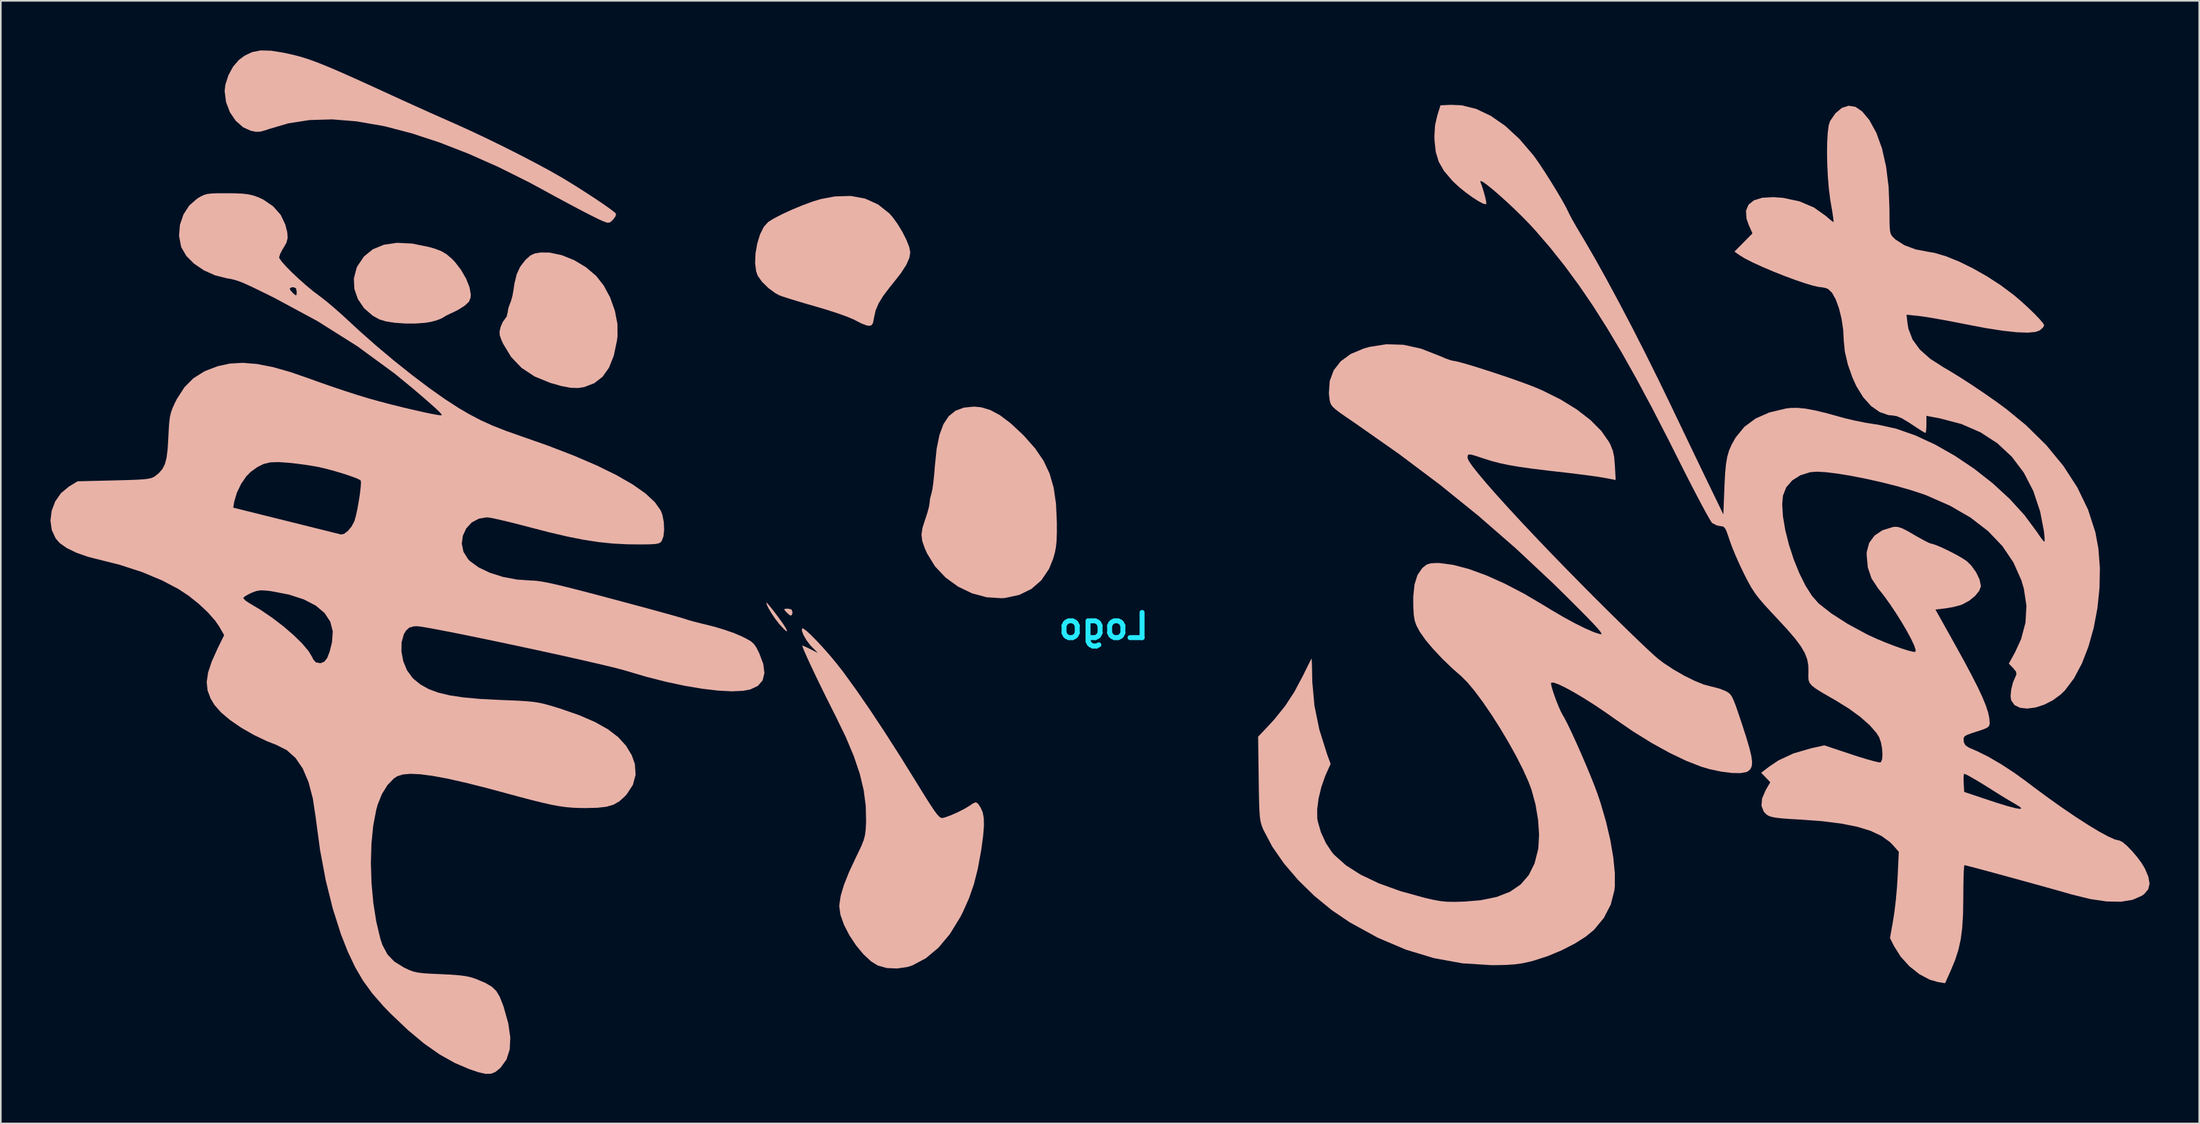
<source format=kicad_pcb>
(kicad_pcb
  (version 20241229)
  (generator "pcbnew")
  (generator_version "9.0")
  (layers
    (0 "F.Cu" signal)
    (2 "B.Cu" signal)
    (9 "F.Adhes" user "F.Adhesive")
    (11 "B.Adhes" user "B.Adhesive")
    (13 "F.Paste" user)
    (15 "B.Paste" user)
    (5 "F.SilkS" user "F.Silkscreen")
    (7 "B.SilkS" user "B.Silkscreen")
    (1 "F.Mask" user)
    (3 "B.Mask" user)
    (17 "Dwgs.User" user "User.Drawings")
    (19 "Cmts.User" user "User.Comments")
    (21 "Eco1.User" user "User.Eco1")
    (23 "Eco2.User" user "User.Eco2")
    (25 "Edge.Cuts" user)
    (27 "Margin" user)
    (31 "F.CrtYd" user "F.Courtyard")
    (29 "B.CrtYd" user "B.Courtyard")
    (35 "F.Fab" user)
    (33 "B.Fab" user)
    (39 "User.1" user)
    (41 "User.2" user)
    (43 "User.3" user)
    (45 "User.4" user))
  (footprint "Logo"
    (layer "F.Cu")
    (at 63.668 34.834)
    (property "Reference" "Logo" (at 0 0 0) (layer "B.CrtYd") (effects (font (size 1.524 1.524) (thickness 0.3)) (justify mirror)))
    (attr board_only exclude_from_pos_files exclude_from_bom)
    (fp_poly (pts (xy -19.287 -1.052) (xy -19.295 -0.983) (xy -19.183 -0.85) (xy -19.01 -0.692) (xy -18.901 -0.638) (xy -18.828 -0.727) (xy -18.811 -0.85) (xy -18.869 -1.013) (xy -19.075 -1.063) (xy -19.093 -1.063)) (stroke (width 0) (type solid)) (fill yes) (layer "B.SilkS"))
    (fp_poly (pts (xy -20.37 -1.317) (xy -20.257 -1.082) (xy -20.076 -0.777) (xy -19.858 -0.454) (xy -19.633 -0.161) (xy -19.609 -0.133) (xy -19.334 0.169) (xy -19.177 0.306) (xy -19.134 0.289) (xy -19.206 0.131) (xy -19.388 -0.157) (xy -19.68 -0.565) (xy -19.686 -0.572) (xy -19.962 -0.936) (xy -20.19 -1.222) (xy -20.34 -1.396) (xy -20.386 -1.433)) (stroke (width 0) (type solid)) (fill yes) (layer "B.SilkS"))
    (fp_poly (pts (xy -43.51 -23.079) (xy -44.178 -22.804) (xy -44.713 -22.372) (xy -45.109 -21.785) (xy -45.164 -21.665) (xy -45.326 -21.036) (xy -45.295 -20.4) (xy -45.085 -19.791) (xy -44.712 -19.242) (xy -44.191 -18.788) (xy -43.786 -18.562) (xy -43.389 -18.441) (xy -42.846 -18.357) (xy -42.224 -18.313) (xy -41.585 -18.312) (xy -40.994 -18.357) (xy -40.638 -18.419) (xy -40.298 -18.514) (xy -40.033 -18.617) (xy -39.947 -18.667) (xy -39.759 -18.784) (xy -39.47 -18.924) (xy -39.381 -18.962) (xy -39.009 -19.148) (xy -38.65 -19.375) (xy -38.611 -19.404) (xy -38.371 -19.628) (xy -38.273 -19.867) (xy -38.259 -20.075) (xy -38.335 -20.514) (xy -38.542 -21.028) (xy -38.846 -21.556) (xy -39.215 -22.037) (xy -39.406 -22.234) (xy -39.717 -22.498) (xy -40.027 -22.685) (xy -40.412 -22.834) (xy -40.781 -22.941) (xy -41.805 -23.15) (xy -42.717 -23.195)) (stroke (width 0) (type solid)) (fill yes) (layer "B.SilkS"))
    (fp_poly (pts (xy -34.393 -22.552) (xy -34.654 -22.43) (xy -34.919 -22.192) (xy -34.976 -22.133) (xy -35.274 -21.746) (xy -35.48 -21.299) (xy -35.619 -20.734) (xy -35.674 -20.352) (xy -35.742 -19.974) (xy -35.839 -19.638) (xy -35.883 -19.534) (xy -35.991 -19.232) (xy -36.028 -18.989) (xy -36.09 -18.733) (xy -36.187 -18.599) (xy -36.321 -18.413) (xy -36.446 -18.127) (xy -36.464 -18.072) (xy -36.52 -17.821) (xy -36.506 -17.596) (xy -36.407 -17.316) (xy -36.308 -17.098) (xy -35.822 -16.292) (xy -35.192 -15.633) (xy -34.409 -15.113) (xy -33.462 -14.724) (xy -33.45 -14.72) (xy -32.763 -14.525) (xy -32.218 -14.424) (xy -31.765 -14.41) (xy -31.414 -14.464) (xy -30.796 -14.7) (xy -30.294 -15.089) (xy -29.902 -15.64) (xy -29.614 -16.362) (xy -29.424 -17.265) (xy -29.388 -17.547) (xy -29.393 -18.292) (xy -29.55 -19.095) (xy -29.835 -19.893) (xy -30.228 -20.622) (xy -30.679 -21.193) (xy -31.303 -21.723) (xy -32.017 -22.15) (xy -32.77 -22.451) (xy -33.509 -22.605) (xy -34.036 -22.61)) (stroke (width 0) (type solid)) (fill yes) (layer "B.SilkS"))
    (fp_poly (pts (xy -8.45 -13.225) (xy -8.957 -13.036) (xy -9.366 -12.706) (xy -9.686 -12.223) (xy -9.926 -11.572) (xy -10.095 -10.741) (xy -10.2 -9.722) (xy -10.245 -9.174) (xy -10.298 -8.679) (xy -10.353 -8.288) (xy -10.404 -8.054) (xy -10.408 -8.041) (xy -10.494 -7.722) (xy -10.521 -7.472) (xy -10.557 -7.239) (xy -10.651 -6.883) (xy -10.783 -6.476) (xy -10.796 -6.443) (xy -10.954 -5.945) (xy -11.012 -5.54) (xy -10.967 -5.154) (xy -10.812 -4.71) (xy -10.67 -4.395) (xy -10.194 -3.62) (xy -9.559 -2.947) (xy -8.804 -2.398) (xy -7.963 -1.992) (xy -7.073 -1.751) (xy -6.169 -1.695) (xy -5.947 -1.711) (xy -5.097 -1.897) (xy -4.366 -2.256) (xy -3.766 -2.78) (xy -3.304 -3.463) (xy -3.055 -4.077) (xy -2.952 -4.436) (xy -2.885 -4.779) (xy -2.846 -5.163) (xy -2.829 -5.645) (xy -2.829 -6.27) (xy -2.88 -7.404) (xy -3.021 -8.379) (xy -3.268 -9.236) (xy -3.636 -10.015) (xy -4.142 -10.758) (xy -4.802 -11.504) (xy -4.924 -11.628) (xy -5.631 -12.285) (xy -6.267 -12.765) (xy -6.856 -13.082) (xy -7.422 -13.249) (xy -7.839 -13.285)) (stroke (width 0) (type solid)) (fill yes) (layer "B.SilkS"))
    (fp_poly (pts (xy -16.249 -26.002) (xy -17.099 -25.841) (xy -17.607 -25.687) (xy -18.206 -25.465) (xy -18.837 -25.203) (xy -19.438 -24.927) (xy -19.949 -24.662) (xy -20.278 -24.458) (xy -20.547 -24.158) (xy -20.772 -23.704) (xy -20.941 -23.152) (xy -21.045 -22.56) (xy -21.071 -21.982) (xy -21.01 -21.476) (xy -20.907 -21.191) (xy -20.646 -20.828) (xy -20.265 -20.456) (xy -19.841 -20.144) (xy -19.622 -20.026) (xy -19.414 -19.949) (xy -19.041 -19.827) (xy -18.543 -19.674) (xy -17.959 -19.5) (xy -17.402 -19.34) (xy -16.689 -19.128) (xy -16.042 -18.917) (xy -15.503 -18.722) (xy -15.109 -18.557) (xy -14.98 -18.489) (xy -14.643 -18.315) (xy -14.342 -18.2) (xy -14.198 -18.173) (xy -14.04 -18.203) (xy -13.949 -18.33) (xy -13.892 -18.608) (xy -13.885 -18.652) (xy -13.789 -19.089) (xy -13.609 -19.522) (xy -13.321 -19.991) (xy -12.902 -20.543) (xy -12.753 -20.724) (xy -12.266 -21.344) (xy -11.934 -21.854) (xy -11.747 -22.277) (xy -11.69 -22.618) (xy -11.753 -22.94) (xy -11.921 -23.37) (xy -12.165 -23.853) (xy -12.455 -24.333) (xy -12.762 -24.756) (xy -12.959 -24.978) (xy -13.641 -25.518) (xy -14.416 -25.869) (xy -15.285 -26.03)) (stroke (width 0) (type solid)) (fill yes) (layer "B.SilkS"))
    (fp_poly (pts (xy -51.476 -34.733) (xy -51.94 -34.511) (xy -52.282 -34.254) (xy -52.629 -33.851) (xy -52.913 -33.324) (xy -53.094 -32.761) (xy -53.138 -32.376) (xy -53.054 -31.711) (xy -52.821 -31.096) (xy -52.465 -30.572) (xy -52.013 -30.179) (xy -51.553 -29.972) (xy -51.253 -29.91) (xy -50.992 -29.918) (xy -50.673 -30.004) (xy -50.494 -30.067) (xy -49.28 -30.424) (xy -48 -30.622) (xy -46.635 -30.662) (xy -45.167 -30.543) (xy -43.577 -30.267) (xy -43.383 -30.225) (xy -41.812 -29.813) (xy -40.131 -29.259) (xy -38.373 -28.574) (xy -36.572 -27.773) (xy -34.76 -26.868) (xy -34.008 -26.463) (xy -33.162 -26) (xy -32.371 -25.574) (xy -31.661 -25.198) (xy -31.058 -24.885) (xy -30.587 -24.65) (xy -30.276 -24.506) (xy -30.272 -24.505) (xy -30.015 -24.411) (xy -29.857 -24.422) (xy -29.701 -24.551) (xy -29.654 -24.6) (xy -29.508 -24.801) (xy -29.475 -24.947) (xy -29.479 -24.954) (xy -29.605 -25.073) (xy -29.882 -25.281) (xy -30.279 -25.56) (xy -30.764 -25.887) (xy -31.307 -26.242) (xy -31.876 -26.604) (xy -32.442 -26.954) (xy -32.716 -27.119) (xy -33.447 -27.538) (xy -34.33 -28.015) (xy -35.317 -28.529) (xy -36.364 -29.056) (xy -37.425 -29.573) (xy -38.455 -30.057) (xy -39.407 -30.486) (xy -39.428 -30.495) (xy -40.039 -30.764) (xy -40.776 -31.093) (xy -41.574 -31.452) (xy -42.368 -31.813) (xy -42.989 -32.097) (xy -44.115 -32.614) (xy -45.071 -33.049) (xy -45.878 -33.41) (xy -46.559 -33.707) (xy -47.135 -33.948) (xy -47.629 -34.142) (xy -48.061 -34.298) (xy -48.455 -34.423) (xy -48.832 -34.527) (xy -49.214 -34.618) (xy -49.571 -34.694) (xy -50.335 -34.818) (xy -50.956 -34.834)) (stroke (width 0) (type solid)) (fill yes) (layer "B.SilkS"))
    (fp_poly (pts (xy -18.242 0.275) (xy -18.146 0.53) (xy -17.972 0.835) (xy -17.748 1.134) (xy -17.631 1.261) (xy -17.27 1.618) (xy -17.717 1.394) (xy -17.991 1.261) (xy -18.176 1.18) (xy -18.215 1.169) (xy -18.196 1.26) (xy -18.094 1.514) (xy -17.92 1.907) (xy -17.687 2.412) (xy -17.407 3.004) (xy -17.091 3.657) (xy -16.752 4.346) (xy -16.403 5.043) (xy -16.212 5.42) (xy -15.587 6.708) (xy -15.1 7.869) (xy -14.742 8.932) (xy -14.505 9.926) (xy -14.381 10.879) (xy -14.361 11.819) (xy -14.364 11.894) (xy -14.386 12.31) (xy -14.428 12.638) (xy -14.507 12.941) (xy -14.641 13.281) (xy -14.849 13.722) (xy -14.95 13.928) (xy -15.389 14.867) (xy -15.703 15.657) (xy -15.898 16.316) (xy -15.979 16.863) (xy -15.982 16.951) (xy -15.909 17.471) (xy -15.695 18.068) (xy -15.372 18.696) (xy -14.969 19.305) (xy -14.519 19.849) (xy -14.053 20.28) (xy -13.657 20.526) (xy -13.118 20.677) (xy -12.49 20.706) (xy -11.861 20.614) (xy -11.568 20.521) (xy -10.75 20.087) (xy -9.99 19.452) (xy -9.294 18.62) (xy -8.664 17.592) (xy -8.5 17.27) (xy -8.133 16.443) (xy -7.842 15.6) (xy -7.608 14.678) (xy -7.414 13.616) (xy -7.387 13.444) (xy -7.284 12.671) (xy -7.237 12.07) (xy -7.246 11.609) (xy -7.312 11.256) (xy -7.436 10.977) (xy -7.438 10.973) (xy -7.599 10.728) (xy -7.729 10.649) (xy -7.902 10.72) (xy -8.082 10.844) (xy -8.394 11.035) (xy -8.796 11.24) (xy -9.214 11.427) (xy -9.574 11.56) (xy -9.745 11.603) (xy -9.831 11.592) (xy -9.935 11.524) (xy -10.071 11.377) (xy -10.252 11.132) (xy -10.494 10.769) (xy -10.811 10.269) (xy -11.218 9.61) (xy -11.347 9.401) (xy -12.304 7.859) (xy -13.231 6.41) (xy -14.113 5.077) (xy -14.934 3.885) (xy -15.678 2.855) (xy -15.786 2.71) (xy -16.155 2.24) (xy -16.554 1.76) (xy -16.961 1.298) (xy -17.35 0.878) (xy -17.697 0.527) (xy -17.976 0.271) (xy -18.165 0.136) (xy -18.23 0.127)) (stroke (width 0) (type solid)) (fill yes) (layer "B.SilkS"))
    (fp_poly (pts (xy 16.069 -16.898) (xy 15.72 -16.799) (xy 14.938 -16.471) (xy 14.332 -16.03) (xy 13.907 -15.483) (xy 13.667 -14.837) (xy 13.616 -14.096) (xy 13.65 -13.77) (xy 13.681 -13.59) (xy 13.73 -13.443) (xy 13.824 -13.302) (xy 13.988 -13.144) (xy 14.248 -12.942) (xy 14.631 -12.672) (xy 15.163 -12.309) (xy 15.187 -12.293) (xy 17.832 -10.437) (xy 20.309 -8.576) (xy 22.657 -6.677) (xy 24.919 -4.706) (xy 27.135 -2.628) (xy 27.951 -1.827) (xy 28.622 -1.157) (xy 29.153 -0.622) (xy 29.553 -0.208) (xy 29.834 0.096) (xy 30.009 0.304) (xy 30.088 0.429) (xy 30.083 0.483) (xy 30.023 0.483) (xy 29.645 0.363) (xy 29.124 0.138) (xy 28.495 -0.174) (xy 27.79 -0.558) (xy 27.042 -0.997) (xy 26.675 -1.223) (xy 25.443 -1.952) (xy 24.252 -2.574) (xy 23.123 -3.08) (xy 22.075 -3.463) (xy 21.131 -3.712) (xy 20.311 -3.822) (xy 20.134 -3.826) (xy 19.77 -3.807) (xy 19.524 -3.728) (xy 19.302 -3.555) (xy 19.252 -3.506) (xy 18.97 -3.095) (xy 18.792 -2.524) (xy 18.715 -1.782) (xy 18.719 -1.161) (xy 18.748 -0.687) (xy 18.802 -0.345) (xy 18.902 -0.056) (xy 19.069 0.26) (xy 19.13 0.363) (xy 19.454 0.825) (xy 19.911 1.37) (xy 20.462 1.956) (xy 21.067 2.541) (xy 21.595 3.004) (xy 21.982 3.386) (xy 22.434 3.929) (xy 22.931 4.598) (xy 23.452 5.361) (xy 23.975 6.184) (xy 24.48 7.033) (xy 24.946 7.874) (xy 25.353 8.674) (xy 25.679 9.399) (xy 25.863 9.888) (xy 26.107 10.785) (xy 26.262 11.715) (xy 26.322 12.609) (xy 26.279 13.401) (xy 26.263 13.508) (xy 26.048 14.352) (xy 25.699 15.055) (xy 25.208 15.622) (xy 24.566 16.061) (xy 23.765 16.376) (xy 22.795 16.575) (xy 21.84 16.656) (xy 21.241 16.675) (xy 20.773 16.668) (xy 20.355 16.627) (xy 19.905 16.545) (xy 19.413 16.432) (xy 17.931 16.022) (xy 16.639 15.555) (xy 15.54 15.032) (xy 14.638 14.457) (xy 13.938 13.83) (xy 13.798 13.669) (xy 13.433 13.117) (xy 13.132 12.458) (xy 12.942 11.798) (xy 12.915 11.635) (xy 12.907 11.081) (xy 12.994 10.417) (xy 13.164 9.713) (xy 13.402 9.042) (xy 13.444 8.946) (xy 13.721 8.328) (xy 13.51 7.751) (xy 13.04 6.258) (xy 12.744 4.815) (xy 12.613 3.37) (xy 12.605 3.012) (xy 12.598 2.566) (xy 12.587 2.215) (xy 12.575 2.002) (xy 12.566 1.959) (xy 12.511 2.06) (xy 12.384 2.31) (xy 12.207 2.669) (xy 12.064 2.961) (xy 11.533 3.961) (xy 10.971 4.824) (xy 10.325 5.626) (xy 10.027 5.953) (xy 9.338 6.683) (xy 9.372 9.213) (xy 9.384 10.018) (xy 9.397 10.641) (xy 9.414 11.114) (xy 9.438 11.469) (xy 9.472 11.738) (xy 9.52 11.951) (xy 9.583 12.14) (xy 9.662 12.328) (xy 10.193 13.333) (xy 10.901 14.353) (xy 11.756 15.354) (xy 12.729 16.306) (xy 13.788 17.175) (xy 14.879 17.915) (xy 16.574 18.845) (xy 18.267 19.565) (xy 19.966 20.08) (xy 21.683 20.392) (xy 23.427 20.503) (xy 23.63 20.504) (xy 24.305 20.491) (xy 24.838 20.457) (xy 25.3 20.394) (xy 25.764 20.293) (xy 25.985 20.235) (xy 26.845 19.957) (xy 27.695 19.602) (xy 28.482 19.198) (xy 29.157 18.769) (xy 29.642 18.368) (xy 30.24 17.644) (xy 30.656 16.837) (xy 30.877 15.974) (xy 30.901 15.739) (xy 30.902 14.935) (xy 30.809 13.986) (xy 30.628 12.933) (xy 30.368 11.817) (xy 30.036 10.68) (xy 29.853 10.134) (xy 29.668 9.639) (xy 29.431 9.045) (xy 29.159 8.391) (xy 28.869 7.715) (xy 28.577 7.056) (xy 28.301 6.453) (xy 28.058 5.944) (xy 27.864 5.567) (xy 27.77 5.407) (xy 27.643 5.172) (xy 27.493 4.833) (xy 27.339 4.443) (xy 27.2 4.053) (xy 27.096 3.717) (xy 27.044 3.487) (xy 27.05 3.417) (xy 27.198 3.409) (xy 27.495 3.513) (xy 27.916 3.715) (xy 28.438 4.001) (xy 29.037 4.358) (xy 29.689 4.772) (xy 30.37 5.231) (xy 30.879 5.591) (xy 32.006 6.366) (xy 33.124 7.06) (xy 34.203 7.656) (xy 35.212 8.141) (xy 36.124 8.497) (xy 36.645 8.651) (xy 37.348 8.799) (xy 37.975 8.878) (xy 38.489 8.887) (xy 38.856 8.822) (xy 38.955 8.774) (xy 39.097 8.647) (xy 39.179 8.47) (xy 39.201 8.218) (xy 39.157 7.868) (xy 39.046 7.394) (xy 38.863 6.772) (xy 38.607 5.977) (xy 38.605 5.97) (xy 38.387 5.316) (xy 38.221 4.834) (xy 38.09 4.494) (xy 37.981 4.264) (xy 37.878 4.115) (xy 37.767 4.017) (xy 37.633 3.939) (xy 37.605 3.924) (xy 37.234 3.776) (xy 36.822 3.666) (xy 36.755 3.655) (xy 36.295 3.532) (xy 35.723 3.301) (xy 35.09 2.987) (xy 34.447 2.617) (xy 33.845 2.219) (xy 33.527 1.978) (xy 33.279 1.763) (xy 32.901 1.414) (xy 32.412 0.951) (xy 31.832 0.392) (xy 31.179 -0.246) (xy 30.474 -0.942) (xy 29.733 -1.679) (xy 29.062 -2.354) (xy 28.019 -3.414) (xy 27.026 -4.437) (xy 26.093 -5.413) (xy 25.23 -6.33) (xy 24.448 -7.177) (xy 23.756 -7.943) (xy 23.164 -8.616) (xy 22.683 -9.186) (xy 22.322 -9.642) (xy 22.092 -9.971) (xy 22.002 -10.165) (xy 22.001 -10.176) (xy 22.007 -10.312) (xy 22.052 -10.384) (xy 22.174 -10.39) (xy 22.411 -10.33) (xy 22.8 -10.202) (xy 22.952 -10.151) (xy 23.432 -9.999) (xy 23.935 -9.867) (xy 24.495 -9.749) (xy 25.147 -9.638) (xy 25.923 -9.529) (xy 26.86 -9.414) (xy 27.419 -9.351) (xy 28.118 -9.271) (xy 28.798 -9.187) (xy 29.411 -9.107) (xy 29.906 -9.037) (xy 30.222 -8.985) (xy 30.952 -8.849) (xy 30.906 -9.713) (xy 30.863 -10.227) (xy 30.782 -10.617) (xy 30.642 -10.97) (xy 30.554 -11.14) (xy 30.089 -11.809) (xy 29.432 -12.471) (xy 28.604 -13.112) (xy 27.625 -13.716) (xy 26.517 -14.268) (xy 26.12 -14.439) (xy 25.688 -14.608) (xy 25.147 -14.806) (xy 24.532 -15.022) (xy 23.878 -15.244) (xy 23.222 -15.459) (xy 22.6 -15.657) (xy 22.045 -15.827) (xy 21.596 -15.955) (xy 21.286 -16.031) (xy 21.173 -16.048) (xy 20.973 -16.091) (xy 20.652 -16.206) (xy 20.28 -16.366) (xy 19.179 -16.795) (xy 18.124 -17.026) (xy 17.095 -17.059)) (stroke (width 0) (type solid)) (fill yes) (layer "B.SilkS"))
    (fp_poly (pts (xy -53.533 -26.193) (xy -53.917 -26.181) (xy -54.19 -26.148) (xy -54.401 -26.087) (xy -54.602 -25.988) (xy -54.788 -25.877) (xy -55.272 -25.46) (xy -55.628 -24.911) (xy -55.841 -24.28) (xy -55.894 -23.616) (xy -55.772 -22.969) (xy -55.749 -22.907) (xy -55.453 -22.399) (xy -54.986 -21.931) (xy -54.393 -21.53) (xy -53.715 -21.226) (xy -53.001 -21.047) (xy -52.757 -21.006) (xy -52.524 -20.951) (xy -52.272 -20.869) (xy -51.969 -20.747) (xy -51.583 -20.573) (xy -51.084 -20.334) (xy -50.441 -20.017) (xy -50.109 -19.851) (xy -47.528 -18.458) (xy -45.112 -16.935) (xy -42.852 -15.278) (xy -41.767 -14.387) (xy -41.144 -13.854) (xy -40.672 -13.443) (xy -40.338 -13.141) (xy -40.127 -12.936) (xy -40.025 -12.813) (xy -40.02 -12.762) (xy -40.038 -12.758) (xy -40.252 -12.78) (xy -40.633 -12.849) (xy -41.146 -12.957) (xy -41.752 -13.094) (xy -42.414 -13.251) (xy -43.095 -13.421) (xy -43.758 -13.595) (xy -44.366 -13.764) (xy -44.423 -13.78) (xy -45.117 -13.991) (xy -45.927 -14.252) (xy -46.77 -14.536) (xy -47.566 -14.816) (xy -47.899 -14.938) (xy -49.132 -15.368) (xy -50.217 -15.676) (xy -51.177 -15.864) (xy -52.038 -15.935) (xy -52.824 -15.89) (xy -53.56 -15.73) (xy -54.27 -15.459) (xy -54.382 -15.405) (xy -55.028 -15.001) (xy -55.564 -14.462) (xy -56.02 -13.757) (xy -56.152 -13.497) (xy -56.29 -13.191) (xy -56.387 -12.918) (xy -56.452 -12.626) (xy -56.494 -12.259) (xy -56.525 -11.764) (xy -56.541 -11.42) (xy -56.583 -10.721) (xy -56.649 -10.194) (xy -56.752 -9.801) (xy -56.906 -9.501) (xy -57.124 -9.255) (xy -57.317 -9.098) (xy -57.433 -9.022) (xy -57.57 -8.964) (xy -57.761 -8.921) (xy -58.035 -8.889) (xy -58.423 -8.864) (xy -58.956 -8.844) (xy -59.665 -8.825) (xy -59.823 -8.821) (xy -62.029 -8.768) (xy -62.552 -8.448) (xy -63.032 -8.051) (xy -63.382 -7.548) (xy -63.596 -6.98) (xy -63.668 -6.391) (xy -63.589 -5.822) (xy -63.354 -5.314) (xy -63.112 -5.033) (xy -62.677 -4.726) (xy -62.088 -4.441) (xy -61.405 -4.202) (xy -61.003 -4.099) (xy -59.472 -3.713) (xy -58.119 -3.273) (xy -56.914 -2.768) (xy -55.925 -2.247) (xy -55.311 -1.84) (xy -54.703 -1.355) (xy -54.151 -0.836) (xy -53.704 -0.329) (xy -53.462 0.026) (xy -53.168 0.54) (xy -53.57 1.359) (xy -53.923 2.146) (xy -54.14 2.806) (xy -54.222 3.373) (xy -54.171 3.883) (xy -53.989 4.37) (xy -53.753 4.762) (xy -53.365 5.206) (xy -52.812 5.675) (xy -52.133 6.141) (xy -51.37 6.579) (xy -50.563 6.963) (xy -50.013 7.178) (xy -49.383 7.496) (xy -48.852 7.97) (xy -48.416 8.61) (xy -48.069 9.424) (xy -47.808 10.419) (xy -47.628 11.604) (xy -47.625 11.637) (xy -47.369 13.547) (xy -47.026 15.372) (xy -46.602 17.08) (xy -46.106 18.64) (xy -45.689 19.697) (xy -45.248 20.627) (xy -44.77 21.445) (xy -44.214 22.212) (xy -43.536 22.989) (xy -43.099 23.44) (xy -42.056 24.432) (xy -41.078 25.248) (xy -40.14 25.906) (xy -39.216 26.424) (xy -38.337 26.798) (xy -37.776 26.988) (xy -37.359 27.08) (xy -37.04 27.074) (xy -36.772 26.967) (xy -36.509 26.755) (xy -36.453 26.701) (xy -36.1 26.213) (xy -35.906 25.61) (xy -35.869 24.884) (xy -35.99 24.03) (xy -36.268 23.04) (xy -36.32 22.89) (xy -36.507 22.417) (xy -36.713 22.072) (xy -36.982 21.81) (xy -37.362 21.586) (xy -37.9 21.356) (xy -37.924 21.346) (xy -38.225 21.244) (xy -38.559 21.169) (xy -38.972 21.115) (xy -39.512 21.075) (xy -40.072 21.048) (xy -40.686 21.021) (xy -41.135 20.991) (xy -41.468 20.95) (xy -41.733 20.889) (xy -41.976 20.799) (xy -42.247 20.672) (xy -42.304 20.644) (xy -42.88 20.287) (xy -43.297 19.852) (xy -43.597 19.287) (xy -43.724 18.909) (xy -43.972 17.869) (xy -44.151 16.724) (xy -44.26 15.522) (xy -44.297 14.31) (xy -44.262 13.137) (xy -44.154 12.051) (xy -43.971 11.097) (xy -43.886 10.791) (xy -43.628 10.15) (xy -43.292 9.609) (xy -42.909 9.211) (xy -42.703 9.076) (xy -42.37 8.969) (xy -41.908 8.928) (xy -41.307 8.956) (xy -40.556 9.055) (xy -39.645 9.225) (xy -38.564 9.468) (xy -37.301 9.787) (xy -36.4 10.029) (xy -35.414 10.296) (xy -34.603 10.51) (xy -33.933 10.676) (xy -33.376 10.801) (xy -32.9 10.889) (xy -32.474 10.947) (xy -32.069 10.981) (xy -31.652 10.997) (xy -31.298 11) (xy -30.595 10.982) (xy -30.055 10.92) (xy -29.634 10.797) (xy -29.284 10.598) (xy -28.958 10.307) (xy -28.823 10.159) (xy -28.457 9.596) (xy -28.294 8.984) (xy -28.339 8.338) (xy -28.523 7.811) (xy -28.871 7.232) (xy -29.347 6.71) (xy -29.968 6.234) (xy -30.75 5.794) (xy -31.709 5.379) (xy -32.863 4.979) (xy -33.016 4.932) (xy -33.447 4.801) (xy -33.807 4.702) (xy -34.139 4.628) (xy -34.486 4.575) (xy -34.891 4.536) (xy -35.398 4.505) (xy -36.049 4.477) (xy -36.506 4.459) (xy -37.697 4.398) (xy -38.7 4.307) (xy -39.537 4.181) (xy -40.232 4.014) (xy -40.808 3.8) (xy -41.287 3.533) (xy -41.693 3.207) (xy -41.788 3.113) (xy -42.117 2.66) (xy -42.34 2.114) (xy -42.45 1.532) (xy -42.44 0.968) (xy -42.303 0.479) (xy -42.202 0.315) (xy -46.601 0.315) (xy -46.648 0.968) (xy -46.789 1.536) (xy -46.937 1.918) (xy -47.107 2.14) (xy -47.313 2.228) (xy -47.381 2.232) (xy -47.622 2.188) (xy -47.775 2.016) (xy -47.833 1.892) (xy -48.063 1.506) (xy -48.45 1.047) (xy -48.963 0.542) (xy -49.572 0.018) (xy -50.244 -0.499) (xy -50.95 -0.981) (xy -51.619 -1.381) (xy -51.867 -1.543) (xy -51.999 -1.68) (xy -52.004 -1.73) (xy -51.875 -1.831) (xy -51.624 -1.968) (xy -51.499 -2.026) (xy -51.223 -2.13) (xy -50.959 -2.172) (xy -50.626 -2.157) (xy -50.317 -2.119) (xy -49.247 -1.913) (xy -48.351 -1.622) (xy -47.633 -1.25) (xy -47.098 -0.8) (xy -46.753 -0.277) (xy -46.601 0.315) (xy -42.202 0.315) (xy -42.172 0.264) (xy -41.97 0.081) (xy -41.699 0.007) (xy -41.513 0) (xy -41.296 0.023) (xy -40.895 0.088) (xy -40.334 0.19) (xy -39.637 0.324) (xy -38.826 0.485) (xy -37.926 0.669) (xy -36.96 0.869) (xy -35.951 1.081) (xy -34.924 1.301) (xy -33.901 1.522) (xy -32.906 1.74) (xy -31.963 1.951) (xy -31.095 2.148) (xy -30.326 2.327) (xy -29.679 2.482) (xy -29.178 2.61) (xy -28.85 2.703) (xy -27.647 3.059) (xy -26.465 3.36) (xy -25.331 3.603) (xy -24.269 3.782) (xy -23.307 3.895) (xy -22.469 3.938) (xy -21.782 3.906) (xy -21.37 3.828) (xy -20.905 3.611) (xy -20.617 3.279) (xy -20.507 2.835) (xy -20.577 2.281) (xy -20.822 1.629) (xy -20.989 1.296) (xy -21.143 1.07) (xy -21.343 0.899) (xy -21.644 0.729) (xy -21.915 0.596) (xy -22.366 0.407) (xy -22.936 0.209) (xy -23.536 0.029) (xy -23.863 -0.054) (xy -24.359 -0.174) (xy -24.798 -0.287) (xy -25.127 -0.38) (xy -25.274 -0.43) (xy -25.428 -0.479) (xy -25.765 -0.577) (xy -26.26 -0.716) (xy -26.89 -0.89) (xy -27.633 -1.093) (xy -28.465 -1.318) (xy -29.362 -1.559) (xy -29.695 -1.648) (xy -30.796 -1.941) (xy -31.713 -2.18) (xy -32.467 -2.37) (xy -33.078 -2.518) (xy -33.568 -2.626) (xy -33.956 -2.7) (xy -34.264 -2.744) (xy -34.513 -2.763) (xy -34.603 -2.765) (xy -35.472 -2.824) (xy -36.32 -2.985) (xy -37.105 -3.235) (xy -37.781 -3.557) (xy -38.306 -3.938) (xy -38.42 -4.054) (xy -38.7 -4.502) (xy -38.801 -4.989) (xy -38.739 -5.473) (xy -38.534 -5.915) (xy -38.203 -6.274) (xy -37.764 -6.511) (xy -37.282 -6.587) (xy -37.075 -6.56) (xy -36.7 -6.484) (xy -36.193 -6.368) (xy -35.593 -6.22) (xy -34.935 -6.05) (xy -34.781 -6.009) (xy -33.515 -5.681) (xy -32.41 -5.423) (xy -31.428 -5.228) (xy -30.53 -5.09) (xy -29.679 -5.002) (xy -28.837 -4.958) (xy -28.394 -4.951) (xy -27.791 -4.949) (xy -27.364 -4.957) (xy -27.079 -4.977) (xy -26.899 -5.014) (xy -26.79 -5.072) (xy -26.72 -5.148) (xy -26.611 -5.432) (xy -26.569 -5.843) (xy -26.591 -6.304) (xy -26.676 -6.742) (xy -26.775 -7.002) (xy -27.134 -7.509) (xy -27.702 -8.036) (xy -28.478 -8.582) (xy -28.661 -8.687) (xy -44.896 -8.687) (xy -44.915 -8.396) (xy -44.962 -8) (xy -45.031 -7.549) (xy -45.113 -7.095) (xy -45.201 -6.689) (xy -45.287 -6.383) (xy -45.297 -6.353) (xy -45.462 -6.037) (xy -45.688 -5.764) (xy -45.923 -5.586) (xy -46.102 -5.551) (xy -46.248 -5.587) (xy -46.572 -5.668) (xy -47.05 -5.787) (xy -47.653 -5.937) (xy -48.355 -6.112) (xy -49.129 -6.305) (xy -49.452 -6.385) (xy -52.62 -7.173) (xy -52.555 -7.545) (xy -52.402 -8.067) (xy -52.147 -8.599) (xy -51.832 -9.064) (xy -51.565 -9.335) (xy -51.157 -9.629) (xy -50.781 -9.817) (xy -50.379 -9.913) (xy -49.888 -9.931) (xy -49.271 -9.889) (xy -48.701 -9.825) (xy -48.103 -9.742) (xy -47.579 -9.654) (xy -47.416 -9.622) (xy -46.961 -9.514) (xy -46.458 -9.377) (xy -45.957 -9.226) (xy -45.504 -9.076) (xy -45.149 -8.943) (xy -44.94 -8.841) (xy -44.915 -8.822) (xy -44.896 -8.687) (xy -28.661 -8.687) (xy -29.458 -9.145) (xy -30.641 -9.725) (xy -32.025 -10.32) (xy -33.607 -10.93) (xy -35.19 -11.486) (xy -36.142 -11.822) (xy -36.947 -12.139) (xy -37.663 -12.465) (xy -38.351 -12.826) (xy -38.979 -13.193) (xy -39.833 -13.747) (xy -40.795 -14.429) (xy -41.826 -15.209) (xy -42.891 -16.059) (xy -43.952 -16.95) (xy -44.974 -17.852) (xy -45.603 -18.436) (xy -46.072 -18.867) (xy -46.553 -19.291) (xy -46.995 -19.662) (xy -47.346 -19.936) (xy -47.394 -19.97) (xy -47.737 -20.229) (xy -48.781 -20.229) (xy -48.792 -20.035) (xy -48.861 -20.027) (xy -48.993 -20.139) (xy -49.152 -20.313) (xy -49.206 -20.421) (xy -49.117 -20.494) (xy -48.993 -20.511) (xy -48.83 -20.453) (xy -48.781 -20.247) (xy -48.781 -20.229) (xy -47.737 -20.229) (xy -47.787 -20.267) (xy -48.216 -20.623) (xy -48.651 -21.009) (xy -49.061 -21.395) (xy -49.413 -21.751) (xy -49.679 -22.048) (xy -49.825 -22.255) (xy -49.844 -22.315) (xy -49.786 -22.514) (xy -49.643 -22.791) (xy -49.578 -22.892) (xy -49.401 -23.201) (xy -49.327 -23.492) (xy -49.353 -23.837) (xy -49.472 -24.304) (xy -49.472 -24.306) (xy -49.751 -24.889) (xy -50.205 -25.402) (xy -50.798 -25.81) (xy -51.1 -25.95) (xy -51.406 -26.058) (xy -51.712 -26.129) (xy -52.077 -26.171) (xy -52.557 -26.19) (xy -52.987 -26.194)) (stroke (width 0) (type solid)) (fill yes) (layer "B.SilkS"))
    (fp_poly (pts (xy 20.36 -31.511) (xy 20.163 -30.873) (xy 20.033 -30.297) (xy 19.994 -29.659) (xy 20.001 -29.385) (xy 20.077 -28.686) (xy 20.26 -28.091) (xy 20.577 -27.54) (xy 21.057 -26.976) (xy 21.196 -26.835) (xy 21.532 -26.529) (xy 21.913 -26.223) (xy 22.299 -25.944) (xy 22.652 -25.717) (xy 22.934 -25.569) (xy 23.105 -25.526) (xy 23.128 -25.537) (xy 23.128 -25.659) (xy 23.075 -25.92) (xy 22.985 -26.258) (xy 22.874 -26.611) (xy 22.775 -26.879) (xy 22.793 -26.94) (xy 22.939 -26.87) (xy 23.192 -26.689) (xy 23.529 -26.416) (xy 23.929 -26.07) (xy 24.371 -25.672) (xy 24.831 -25.24) (xy 25.288 -24.793) (xy 25.72 -24.352) (xy 26.101 -23.939) (xy 26.997 -22.896) (xy 27.867 -21.803) (xy 28.721 -20.642) (xy 29.571 -19.396) (xy 30.429 -18.046) (xy 31.306 -16.574) (xy 32.212 -14.963) (xy 33.159 -13.194) (xy 34.159 -11.25) (xy 34.605 -10.362) (xy 35.033 -9.508) (xy 35.44 -8.709) (xy 35.814 -7.986) (xy 36.144 -7.36) (xy 36.419 -6.853) (xy 36.627 -6.485) (xy 36.757 -6.278) (xy 36.786 -6.244) (xy 37.062 -6.099) (xy 37.288 -6.056) (xy 37.434 -6.037) (xy 37.543 -5.956) (xy 37.643 -5.771) (xy 37.762 -5.441) (xy 37.828 -5.237) (xy 37.982 -4.81) (xy 38.204 -4.267) (xy 38.465 -3.683) (xy 38.708 -3.176) (xy 38.942 -2.718) (xy 39.152 -2.343) (xy 39.367 -2.01) (xy 39.619 -1.678) (xy 39.938 -1.305) (xy 40.355 -0.85) (xy 40.705 -0.477) (xy 41.32 0.189) (xy 41.794 0.741) (xy 42.142 1.206) (xy 42.381 1.614) (xy 42.527 1.991) (xy 42.596 2.366) (xy 42.606 2.766) (xy 42.605 2.784) (xy 42.597 3.049) (xy 42.612 3.255) (xy 42.676 3.428) (xy 42.814 3.593) (xy 43.048 3.775) (xy 43.404 3.999) (xy 43.906 4.29) (xy 44.258 4.491) (xy 45.053 4.984) (xy 45.747 5.492) (xy 46.312 5.992) (xy 46.72 6.46) (xy 46.875 6.709) (xy 46.987 7.02) (xy 47.057 7.394) (xy 47.081 7.766) (xy 47.056 8.068) (xy 46.976 8.235) (xy 46.971 8.238) (xy 46.839 8.229) (xy 46.541 8.159) (xy 46.115 8.04) (xy 45.597 7.881) (xy 45.214 7.756) (xy 43.567 7.207) (xy 42.746 7.389) (xy 41.688 7.698) (xy 40.789 8.12) (xy 40.262 8.472) (xy 39.748 8.864) (xy 40.024 9.151) (xy 40.299 9.439) (xy 40.017 9.921) (xy 39.803 10.419) (xy 39.767 10.863) (xy 39.909 11.228) (xy 40.077 11.397) (xy 40.215 11.478) (xy 40.403 11.54) (xy 40.678 11.589) (xy 41.073 11.631) (xy 41.622 11.669) (xy 42.097 11.696) (xy 43.445 11.795) (xy 44.599 11.941) (xy 45.57 12.135) (xy 46.373 12.383) (xy 47.019 12.687) (xy 47.524 13.051) (xy 47.723 13.253) (xy 48.068 13.646) (xy 47.999 15.139) (xy 47.957 15.811) (xy 47.892 16.529) (xy 47.814 17.208) (xy 47.733 17.748) (xy 47.535 18.864) (xy 47.777 19.347) (xy 48.184 19.993) (xy 48.71 20.572) (xy 49.308 21.047) (xy 49.936 21.382) (xy 50.442 21.527) (xy 50.868 21.595) (xy 51.21 20.831) (xy 51.474 20.191) (xy 51.672 19.577) (xy 51.812 18.943) (xy 51.903 18.241) (xy 51.952 17.425) (xy 51.968 16.447) (xy 51.968 16.393) (xy 51.972 15.778) (xy 51.982 15.243) (xy 51.996 14.821) (xy 52.015 14.547) (xy 52.035 14.454) (xy 52.157 14.481) (xy 52.454 14.557) (xy 52.897 14.674) (xy 53.455 14.824) (xy 54.101 14.999) (xy 54.804 15.191) (xy 55.534 15.392) (xy 56.263 15.593) (xy 56.96 15.786) (xy 57.597 15.965) (xy 58.143 16.119) (xy 58.505 16.223) (xy 59.631 16.503) (xy 60.629 16.651) (xy 61.489 16.667) (xy 62.202 16.552) (xy 62.761 16.306) (xy 62.911 16.195) (xy 63.148 15.912) (xy 63.229 15.575) (xy 63.154 15.153) (xy 62.947 14.66) (xy 62.751 14.333) (xy 62.481 13.967) (xy 62.175 13.607) (xy 61.871 13.292) (xy 61.606 13.065) (xy 61.419 12.967) (xy 61.405 12.966) (xy 61.135 12.901) (xy 60.719 12.715) (xy 60.175 12.42) (xy 59.524 12.027) (xy 58.783 11.549) (xy 58.014 11.027) (xy 55.477 11.027) (xy 55.378 11.051) (xy 55.094 11.001) (xy 54.631 10.878) (xy 53.992 10.681) (xy 53.56 10.539) (xy 52.022 10.025) (xy 51.99 9.476) (xy 51.984 9.168) (xy 52.001 8.969) (xy 52.024 8.927) (xy 52.163 8.982) (xy 52.447 9.136) (xy 52.847 9.369) (xy 53.33 9.664) (xy 53.829 9.979) (xy 54.264 10.252) (xy 54.711 10.523) (xy 55.08 10.739) (xy 55.104 10.752) (xy 55.388 10.927) (xy 55.477 11.027) (xy 58.014 11.027) (xy 57.972 10.999) (xy 57.111 10.387) (xy 56.217 9.727) (xy 55.831 9.433) (xy 55.05 8.866) (xy 54.251 8.344) (xy 53.485 7.898) (xy 52.806 7.56) (xy 52.647 7.492) (xy 52.297 7.338) (xy 52.101 7.206) (xy 52.013 7.057) (xy 51.99 6.935) (xy 51.986 6.779) (xy 52.038 6.669) (xy 52.187 6.576) (xy 52.472 6.47) (xy 52.761 6.378) (xy 53.164 6.246) (xy 53.404 6.142) (xy 53.523 6.04) (xy 53.561 5.912) (xy 53.563 5.846) (xy 53.539 5.547) (xy 53.463 5.199) (xy 53.325 4.783) (xy 53.119 4.281) (xy 52.835 3.676) (xy 52.465 2.948) (xy 52.002 2.08) (xy 51.436 1.054) (xy 51.293 0.797) (xy 50.284 -1.01) (xy 50.898 -1.081) (xy 51.326 -1.154) (xy 51.742 -1.26) (xy 51.926 -1.326) (xy 52.332 -1.548) (xy 52.682 -1.835) (xy 52.931 -2.141) (xy 53.032 -2.419) (xy 53.032 -2.432) (xy 52.953 -2.821) (xy 52.744 -3.26) (xy 52.447 -3.674) (xy 52.182 -3.932) (xy 51.922 -4.108) (xy 51.556 -4.318) (xy 51.136 -4.537) (xy 50.716 -4.739) (xy 50.349 -4.897) (xy 50.089 -4.985) (xy 50.023 -4.995) (xy 49.882 -5.046) (xy 49.606 -5.185) (xy 49.24 -5.387) (xy 48.993 -5.53) (xy 48.553 -5.783) (xy 48.241 -5.936) (xy 48.009 -6.007) (xy 47.808 -6.014) (xy 47.718 -6.002) (xy 47.086 -5.809) (xy 46.601 -5.484) (xy 46.277 -5.041) (xy 46.131 -4.498) (xy 46.124 -4.336) (xy 46.195 -3.555) (xy 46.419 -2.89) (xy 46.811 -2.296) (xy 46.82 -2.285) (xy 47.164 -1.852) (xy 47.525 -1.35) (xy 47.888 -0.808) (xy 48.233 -0.259) (xy 48.543 0.269) (xy 48.8 0.744) (xy 48.986 1.136) (xy 49.083 1.415) (xy 49.076 1.547) (xy 48.943 1.548) (xy 48.655 1.478) (xy 48.252 1.351) (xy 47.772 1.18) (xy 47.254 0.98) (xy 46.74 0.766) (xy 46.267 0.55) (xy 46.124 0.48) (xy 44.978 -0.141) (xy 44.004 -0.766) (xy 43.225 -1.377) (xy 42.82 -1.837) (xy 42.423 -2.465) (xy 42.049 -3.22) (xy 41.712 -4.058) (xy 41.427 -4.936) (xy 41.206 -5.81) (xy 41.066 -6.638) (xy 41.02 -7.376) (xy 41.066 -7.901) (xy 41.262 -8.4) (xy 41.626 -8.82) (xy 42.12 -9.134) (xy 42.706 -9.316) (xy 43.095 -9.35) (xy 43.658 -9.319) (xy 44.379 -9.23) (xy 45.213 -9.091) (xy 46.116 -8.913) (xy 47.045 -8.704) (xy 47.954 -8.474) (xy 48.801 -8.233) (xy 49.54 -7.99) (xy 49.738 -7.917) (xy 51.169 -7.289) (xy 52.411 -6.568) (xy 53.464 -5.755) (xy 54.327 -4.852) (xy 54.998 -3.859) (xy 55.478 -2.778) (xy 55.628 -2.27) (xy 55.784 -1.245) (xy 55.728 -0.225) (xy 55.46 0.783) (xy 55.093 1.582) (xy 54.72 2.261) (xy 54.985 2.539) (xy 55.155 2.75) (xy 55.18 2.912) (xy 55.129 3.029) (xy 54.968 3.405) (xy 54.862 3.837) (xy 54.826 4.237) (xy 54.86 4.48) (xy 55.062 4.769) (xy 55.396 4.934) (xy 55.83 4.981) (xy 56.329 4.917) (xy 56.859 4.746) (xy 57.386 4.477) (xy 57.875 4.115) (xy 58.115 3.878) (xy 58.663 3.148) (xy 59.139 2.249) (xy 59.538 1.218) (xy 59.853 0.09) (xy 60.077 -1.101) (xy 60.202 -2.319) (xy 60.224 -3.53) (xy 60.134 -4.698) (xy 59.951 -5.688) (xy 59.509 -7.055) (xy 58.862 -8.395) (xy 58.019 -9.697) (xy 56.987 -10.952) (xy 55.773 -12.149) (xy 54.573 -13.136) (xy 53.949 -13.594) (xy 53.237 -14.091) (xy 52.494 -14.592) (xy 51.773 -15.058) (xy 51.132 -15.453) (xy 50.8 -15.645) (xy 49.967 -16.179) (xy 49.337 -16.741) (xy 48.902 -17.34) (xy 48.653 -17.987) (xy 48.601 -18.285) (xy 48.535 -18.844) (xy 49.269 -18.77) (xy 49.605 -18.725) (xy 50.102 -18.645) (xy 50.714 -18.537) (xy 51.394 -18.409) (xy 52.095 -18.271) (xy 52.128 -18.264) (xy 53.331 -18.035) (xy 54.359 -17.875) (xy 55.208 -17.783) (xy 55.872 -17.759) (xy 56.345 -17.805) (xy 56.589 -17.896) (xy 56.781 -18.062) (xy 56.858 -18.205) (xy 56.782 -18.341) (xy 56.577 -18.583) (xy 56.273 -18.899) (xy 55.903 -19.258) (xy 55.499 -19.627) (xy 55.092 -19.977) (xy 54.998 -20.054) (xy 54.23 -20.628) (xy 53.398 -21.168) (xy 52.541 -21.654) (xy 51.7 -22.066) (xy 50.912 -22.384) (xy 50.219 -22.588) (xy 49.888 -22.644) (xy 49.09 -22.796) (xy 48.404 -23.051) (xy 47.87 -23.394) (xy 47.798 -23.459) (xy 47.681 -23.577) (xy 47.6 -23.695) (xy 47.549 -23.851) (xy 47.521 -24.087) (xy 47.509 -24.44) (xy 47.506 -24.952) (xy 47.505 -25.193) (xy 47.454 -26.559) (xy 47.302 -27.799) (xy 47.054 -28.9) (xy 46.713 -29.847) (xy 46.285 -30.625) (xy 45.85 -31.147) (xy 45.449 -31.42) (xy 45.035 -31.488) (xy 44.625 -31.356) (xy 44.236 -31.028) (xy 43.909 -30.554) (xy 43.828 -30.287) (xy 43.772 -29.847) (xy 43.739 -29.276) (xy 43.73 -28.611) (xy 43.745 -27.892) (xy 43.782 -27.159) (xy 43.842 -26.451) (xy 43.923 -25.806) (xy 43.96 -25.586) (xy 44.04 -25.126) (xy 44.097 -24.754) (xy 44.125 -24.514) (xy 44.122 -24.444) (xy 44.025 -24.509) (xy 43.824 -24.675) (xy 43.671 -24.811) (xy 42.937 -25.333) (xy 42.068 -25.702) (xy 41.083 -25.913) (xy 40.487 -25.958) (xy 39.816 -25.921) (xy 39.312 -25.766) (xy 38.982 -25.5) (xy 38.83 -25.129) (xy 38.862 -24.658) (xy 38.992 -24.284) (xy 39.222 -23.765) (xy 38.135 -22.664) (xy 38.461 -22.432) (xy 38.793 -22.231) (xy 39.267 -21.992) (xy 39.844 -21.729) (xy 40.484 -21.457) (xy 41.149 -21.193) (xy 41.798 -20.952) (xy 42.392 -20.749) (xy 42.891 -20.6) (xy 43.256 -20.52) (xy 43.366 -20.511) (xy 43.648 -20.46) (xy 43.792 -20.401) (xy 44.033 -20.171) (xy 44.256 -19.769) (xy 44.451 -19.236) (xy 44.605 -18.611) (xy 44.706 -17.937) (xy 44.74 -17.289) (xy 44.806 -16.609) (xy 44.988 -15.837) (xy 45.265 -15.044) (xy 45.501 -14.525) (xy 45.913 -13.854) (xy 46.39 -13.324) (xy 46.908 -12.957) (xy 47.442 -12.772) (xy 47.665 -12.753) (xy 47.939 -12.71) (xy 48.271 -12.569) (xy 48.704 -12.308) (xy 48.834 -12.222) (xy 49.19 -11.986) (xy 49.476 -11.804) (xy 49.649 -11.702) (xy 49.679 -11.69) (xy 49.713 -11.786) (xy 49.734 -12.03) (xy 49.737 -12.209) (xy 49.737 -12.728) (xy 50.561 -12.572) (xy 51.852 -12.233) (xy 53.008 -11.73) (xy 54.025 -11.069) (xy 54.899 -10.255) (xy 55.624 -9.293) (xy 56.196 -8.187) (xy 56.611 -6.943) (xy 56.839 -5.765) (xy 56.876 -5.424) (xy 56.885 -5.186) (xy 56.867 -5.106) (xy 56.782 -5.19) (xy 56.619 -5.408) (xy 56.413 -5.712) (xy 56.409 -5.717) (xy 55.664 -6.724) (xy 54.767 -7.706) (xy 53.748 -8.644) (xy 52.639 -9.517) (xy 51.469 -10.304) (xy 50.269 -10.987) (xy 49.07 -11.543) (xy 47.903 -11.953) (xy 46.797 -12.197) (xy 46.655 -12.215) (xy 46.076 -12.306) (xy 45.412 -12.439) (xy 44.777 -12.591) (xy 44.583 -12.645) (xy 43.713 -12.886) (xy 43.006 -13.057) (xy 42.43 -13.164) (xy 41.949 -13.211) (xy 41.528 -13.206) (xy 41.25 -13.172) (xy 40.247 -12.934) (xy 39.411 -12.566) (xy 38.735 -12.065) (xy 38.215 -11.43) (xy 38.177 -11.367) (xy 37.968 -10.996) (xy 37.813 -10.645) (xy 37.702 -10.27) (xy 37.624 -9.826) (xy 37.571 -9.271) (xy 37.532 -8.558) (xy 37.524 -8.35) (xy 37.462 -6.764) (xy 36.541 -8.669) (xy 36.231 -9.311) (xy 35.856 -10.091) (xy 35.44 -10.957) (xy 35.01 -11.855) (xy 34.59 -12.733) (xy 34.327 -13.285) (xy 33.541 -14.909) (xy 32.739 -16.524) (xy 31.936 -18.1) (xy 31.146 -19.607) (xy 30.387 -21.015) (xy 29.674 -22.296) (xy 29.021 -23.419) (xy 28.828 -23.74) (xy 28.566 -24.181) (xy 28.332 -24.593) (xy 28.159 -24.917) (xy 28.093 -25.056) (xy 27.943 -25.361) (xy 27.701 -25.796) (xy 27.394 -26.317) (xy 27.051 -26.878) (xy 26.698 -27.436) (xy 26.364 -27.944) (xy 26.076 -28.359) (xy 25.969 -28.502) (xy 25.137 -29.474) (xy 24.278 -30.268) (xy 23.403 -30.877) (xy 22.523 -31.295) (xy 21.649 -31.514) (xy 20.982 -31.543)) (stroke (width 0) (type solid)) (fill yes) (layer "B.SilkS")))
  (gr_rect
    (start -3 -3)
    (end 129.897 64.914)
    (stroke (width 0.1) (type default))
    (fill no)
    (layer "Edge.Cuts")))
</source>
